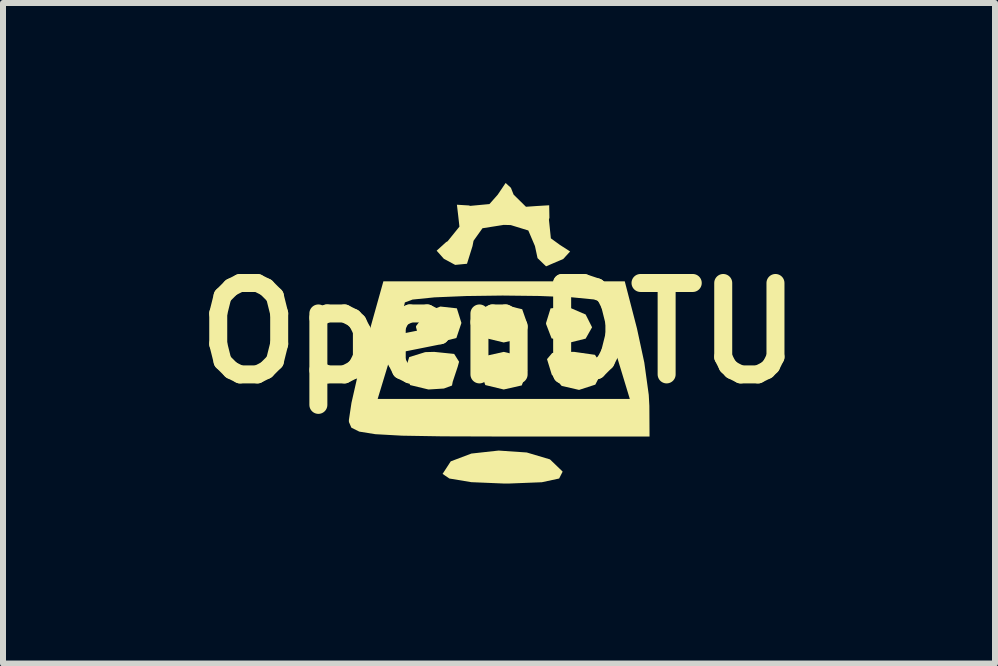
<source format=kicad_pcb>
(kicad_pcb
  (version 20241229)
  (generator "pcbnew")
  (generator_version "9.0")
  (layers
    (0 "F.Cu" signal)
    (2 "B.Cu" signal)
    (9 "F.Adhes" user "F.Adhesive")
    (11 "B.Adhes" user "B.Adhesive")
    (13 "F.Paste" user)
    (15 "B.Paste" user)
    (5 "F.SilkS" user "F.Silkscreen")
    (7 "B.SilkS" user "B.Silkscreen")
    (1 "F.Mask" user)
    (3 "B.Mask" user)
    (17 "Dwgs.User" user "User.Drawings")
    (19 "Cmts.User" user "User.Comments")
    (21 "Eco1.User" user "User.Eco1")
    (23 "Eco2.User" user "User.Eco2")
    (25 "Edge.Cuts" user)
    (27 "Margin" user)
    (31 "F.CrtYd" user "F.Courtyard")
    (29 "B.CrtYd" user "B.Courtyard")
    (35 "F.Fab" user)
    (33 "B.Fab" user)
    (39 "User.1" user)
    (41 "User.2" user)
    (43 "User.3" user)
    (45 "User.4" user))
  (footprint "OpenDTU"
    (layer "F.Cu")
    (at 5.269 2.502)
    (property "Reference" "OpenDTU" (at 0 0 0) (layer "F.SilkS") (effects (font (size 1.524 1.524) (thickness 0.3))))
    (attr board_only exclude_from_pos_files exclude_from_bom)
    (fp_poly (pts (xy 0.386 -0.397) (xy 0.47 -0.157) (xy 0.379 0.089) (xy 0.078 0.157) (xy -0.229 0.083) (xy -0.314 -0.157) (xy -0.222 -0.403) (xy 0.078 -0.47)) (stroke (width 0) (type solid)) (fill yes) (layer "F.SilkS"))
    (fp_poly (pts (xy 0.386 0.387) (xy 0.47 0.627) (xy 0.379 0.873) (xy 0.078 0.941) (xy -0.229 0.867) (xy -0.314 0.627) (xy -0.222 0.381) (xy 0.078 0.314)) (stroke (width 0) (type solid)) (fill yes) (layer "F.SilkS"))
    (fp_poly (pts (xy 1.135 -0.442) (xy 1.444 -0.309) (xy 1.551 -0.096) (xy 1.444 0.093) (xy 1.187 0.157) (xy 0.876 0.089) (xy 0.784 -0.151) (xy 0.784 -0.168) (xy 0.859 -0.411) (xy 1.134 -0.442)) (stroke (width 0) (type solid)) (fill yes) (layer "F.SilkS"))
    (fp_poly (pts (xy -0.703 -0.412) (xy -0.627 -0.169) (xy -0.627 -0.168) (xy -0.711 0.083) (xy -1.01 0.157) (xy -1.031 0.157) (xy -1.329 0.099) (xy -1.385 -0.101) (xy -1.382 -0.118) (xy -1.203 -0.355) (xy -0.978 -0.442)) (stroke (width 0) (type solid)) (fill yes) (layer "F.SilkS"))
    (fp_poly (pts (xy 1.599 0.363) (xy 1.72 0.546) (xy 1.725 0.627) (xy 1.605 0.86) (xy 1.334 0.948) (xy 1.044 0.881) (xy 0.879 0.693) (xy 0.8 0.435) (xy 0.887 0.332) (xy 1.21 0.314) (xy 1.254 0.314)) (stroke (width 0) (type solid)) (fill yes) (layer "F.SilkS"))
    (fp_poly (pts (xy -0.748 0.348) (xy -0.666 0.478) (xy -0.689 0.562) (xy -0.772 0.812) (xy -0.784 0.875) (xy -0.919 0.925) (xy -1.176 0.941) (xy -1.483 0.867) (xy -1.568 0.627) (xy -1.497 0.401) (xy -1.23 0.318) (xy -1.081 0.314)) (stroke (width 0) (type solid)) (fill yes) (layer "F.SilkS"))
    (fp_poly (pts (xy 0.462 1.991) (xy 0.849 2.106) (xy 1.058 2.307) (xy 1.059 2.313) (xy 1.002 2.425) (xy 0.714 2.487) (xy 0.156 2.509) (xy 0.091 2.509) (xy -0.462 2.486) (xy -0.828 2.425) (xy -0.941 2.348) (xy -0.805 2.139) (xy -0.461 2.009) (xy -0.007 1.959)) (stroke (width 0) (type solid)) (fill yes) (layer "F.SilkS"))
    (fp_poly (pts (xy 0.198 -2.421) (xy 0.243 -2.308) (xy 0.449 -2.105) (xy 0.633 -2.118) (xy 0.836 -2.13) (xy 0.84 -1.924) (xy 0.832 -1.89) (xy 0.864 -1.579) (xy 1.014 -1.47) (xy 1.185 -1.36) (xy 1.071 -1.235) (xy 0.784 -1.112) (xy 0.642 -1.249) (xy 0.599 -1.45) (xy 0.488 -1.71) (xy 0.195 -1.8) (xy 0.078 -1.803) (xy -0.276 -1.747) (xy -0.425 -1.538) (xy -0.442 -1.45) (xy -0.534 -1.155) (xy -0.731 -1.136) (xy -0.92 -1.238) (xy -1.04 -1.373) (xy -0.882 -1.516) (xy -0.857 -1.53) (xy -0.66 -1.774) (xy -0.68 -1.951) (xy -0.702 -2.139) (xy -0.502 -2.127) (xy -0.481 -2.12) (xy -0.16 -2.15) (xy -0.022 -2.306) (xy 0.11 -2.502)) (stroke (width 0) (type solid)) (fill yes) (layer "F.SilkS"))
    (fp_poly (pts (xy 2.299 -0.078) (xy 2.422 0.493) (xy 2.496 1.031) (xy 2.506 1.215) (xy 2.509 1.725) (xy 0 1.725) (xy -0.942 1.722) (xy -1.615 1.711) (xy -2.063 1.686) (xy -2.33 1.643) (xy -2.462 1.577) (xy -2.502 1.483) (xy -2.503 1.45) (xy -2.46 1.164) (xy -2.445 1.098) (xy -2.023 1.098) (xy 2.18 1.098) (xy 1.954 0.353) (xy 1.823 -0.102) (xy 1.74 -0.426) (xy 1.726 -0.51) (xy 1.582 -0.56) (xy 1.203 -0.597) (xy 0.669 -0.618) (xy 0.059 -0.625) (xy -0.549 -0.617) (xy -1.076 -0.595) (xy -1.442 -0.558) (xy -1.57 -0.51) (xy -1.613 -0.302) (xy -1.721 0.095) (xy -1.797 0.353) (xy -2.023 1.098) (xy -2.445 1.098) (xy -2.351 0.684) (xy -2.213 0.157) (xy -1.928 -0.862) (xy 2.096 -0.862)) (stroke (width 0) (type solid)) (fill yes) (layer "F.SilkS")))
  (gr_rect
    (start -3 -3)
    (end 13.537 8.011)
    (stroke (width 0.1) (type default))
    (fill no)
    (layer "Edge.Cuts")))
</source>
